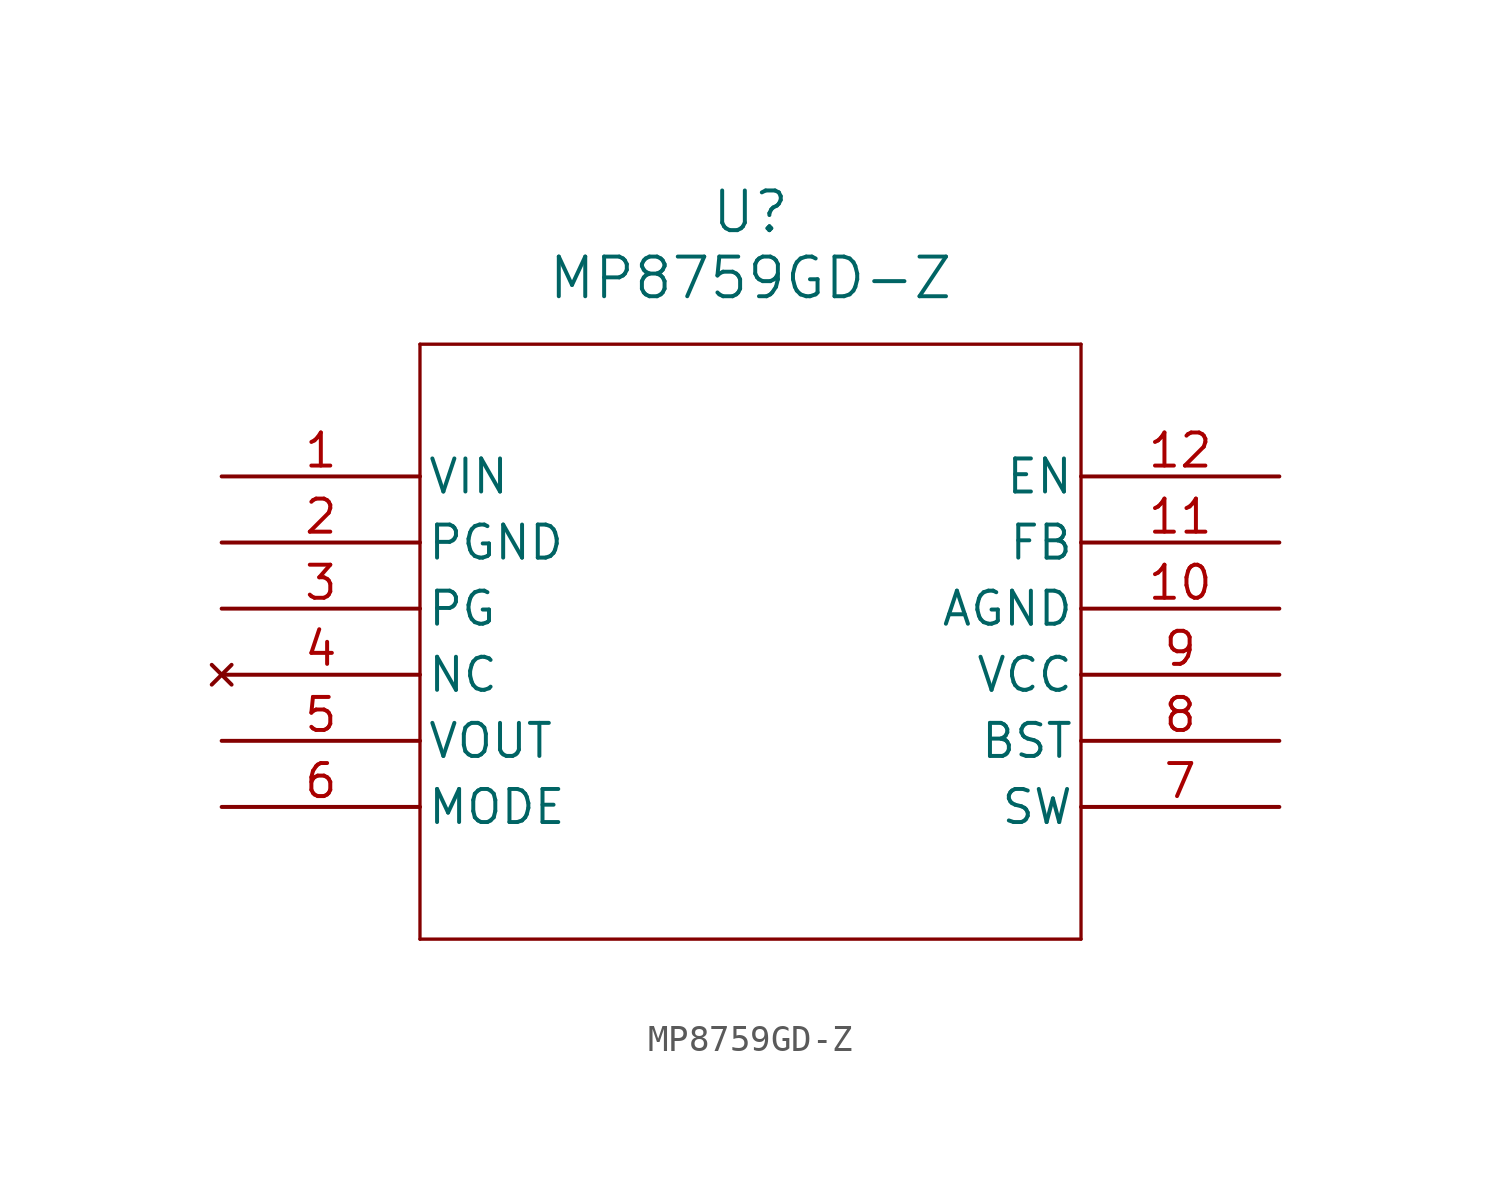
<source format=kicad_sym>
(kicad_symbol_lib
  (version 20211014)
  (generator kicad_symbol_editor)
  (symbol "MP8759GD-Z"
    (pin_names
      (offset 0.254))
    (property "Reference" "U"
      (at 20.32 10.16 0)
      (effects (font (size 1.524 1.524))))
    (property "Value" "MP8759GD-Z"
      (at 20.32 7.62 0)
      (effects (font (size 1.524 1.524))))
    (symbol "MP8759GD-Z_0_1"
      (polyline (pts (xy 7.62 5.08) (xy 7.62 -17.78)) (stroke (width 0.127) (type default) (color 0 0 0 0)) (fill (type none)))
      (polyline (pts (xy 7.62 -17.78) (xy 33.02 -17.78)) (stroke (width 0.127) (type default) (color 0 0 0 0)) (fill (type none)))
      (polyline (pts (xy 33.02 -17.78) (xy 33.02 5.08)) (stroke (width 0.127) (type default) (color 0 0 0 0)) (fill (type none)))
      (polyline (pts (xy 33.02 5.08) (xy 7.62 5.08)) (stroke (width 0.127) (type default) (color 0 0 0 0)) (fill (type none)))
      (pin power_in line (at 0 0 0) (length 7.62) (name "VIN" (effects (font (size 1.27 1.27)))) (number "1" (effects (font (size 1.27 1.27)))))
      (pin power_in line (at 0 -2.54 0) (length 7.62) (name "PGND" (effects (font (size 1.27 1.27)))) (number "2" (effects (font (size 1.27 1.27)))))
      (pin output line (at 0 -5.08 0) (length 7.62) (name "PG" (effects (font (size 1.27 1.27)))) (number "3" (effects (font (size 1.27 1.27)))))
      (pin no_connect line (at 0 -7.62 0) (length 7.62) (name "NC" (effects (font (size 1.27 1.27)))) (number "4" (effects (font (size 1.27 1.27)))))
      (pin power_in line (at 0 -10.16 0) (length 7.62) (name "VOUT" (effects (font (size 1.27 1.27)))) (number "5" (effects (font (size 1.27 1.27)))))
      (pin unspecified line (at 0 -12.7 0) (length 7.62) (name "MODE" (effects (font (size 1.27 1.27)))) (number "6" (effects (font (size 1.27 1.27)))))
      (pin output line (at 40.64 -12.7 180) (length 7.62) (name "SW" (effects (font (size 1.27 1.27)))) (number "7" (effects (font (size 1.27 1.27)))))
      (pin power_in line (at 40.64 -10.16 180) (length 7.62) (name "BST" (effects (font (size 1.27 1.27)))) (number "8" (effects (font (size 1.27 1.27)))))
      (pin power_in line (at 40.64 -7.62 180) (length 7.62) (name "VCC" (effects (font (size 1.27 1.27)))) (number "9" (effects (font (size 1.27 1.27)))))
      (pin power_in line (at 40.64 -5.08 180) (length 7.62) (name "AGND" (effects (font (size 1.27 1.27)))) (number "10" (effects (font (size 1.27 1.27)))))
      (pin unspecified line (at 40.64 -2.54 180) (length 7.62) (name "FB" (effects (font (size 1.27 1.27)))) (number "11" (effects (font (size 1.27 1.27)))))
      (pin input line (at 40.64 0 180) (length 7.62) (name "EN" (effects (font (size 1.27 1.27)))) (number "12" (effects (font (size 1.27 1.27))))))))
</source>
